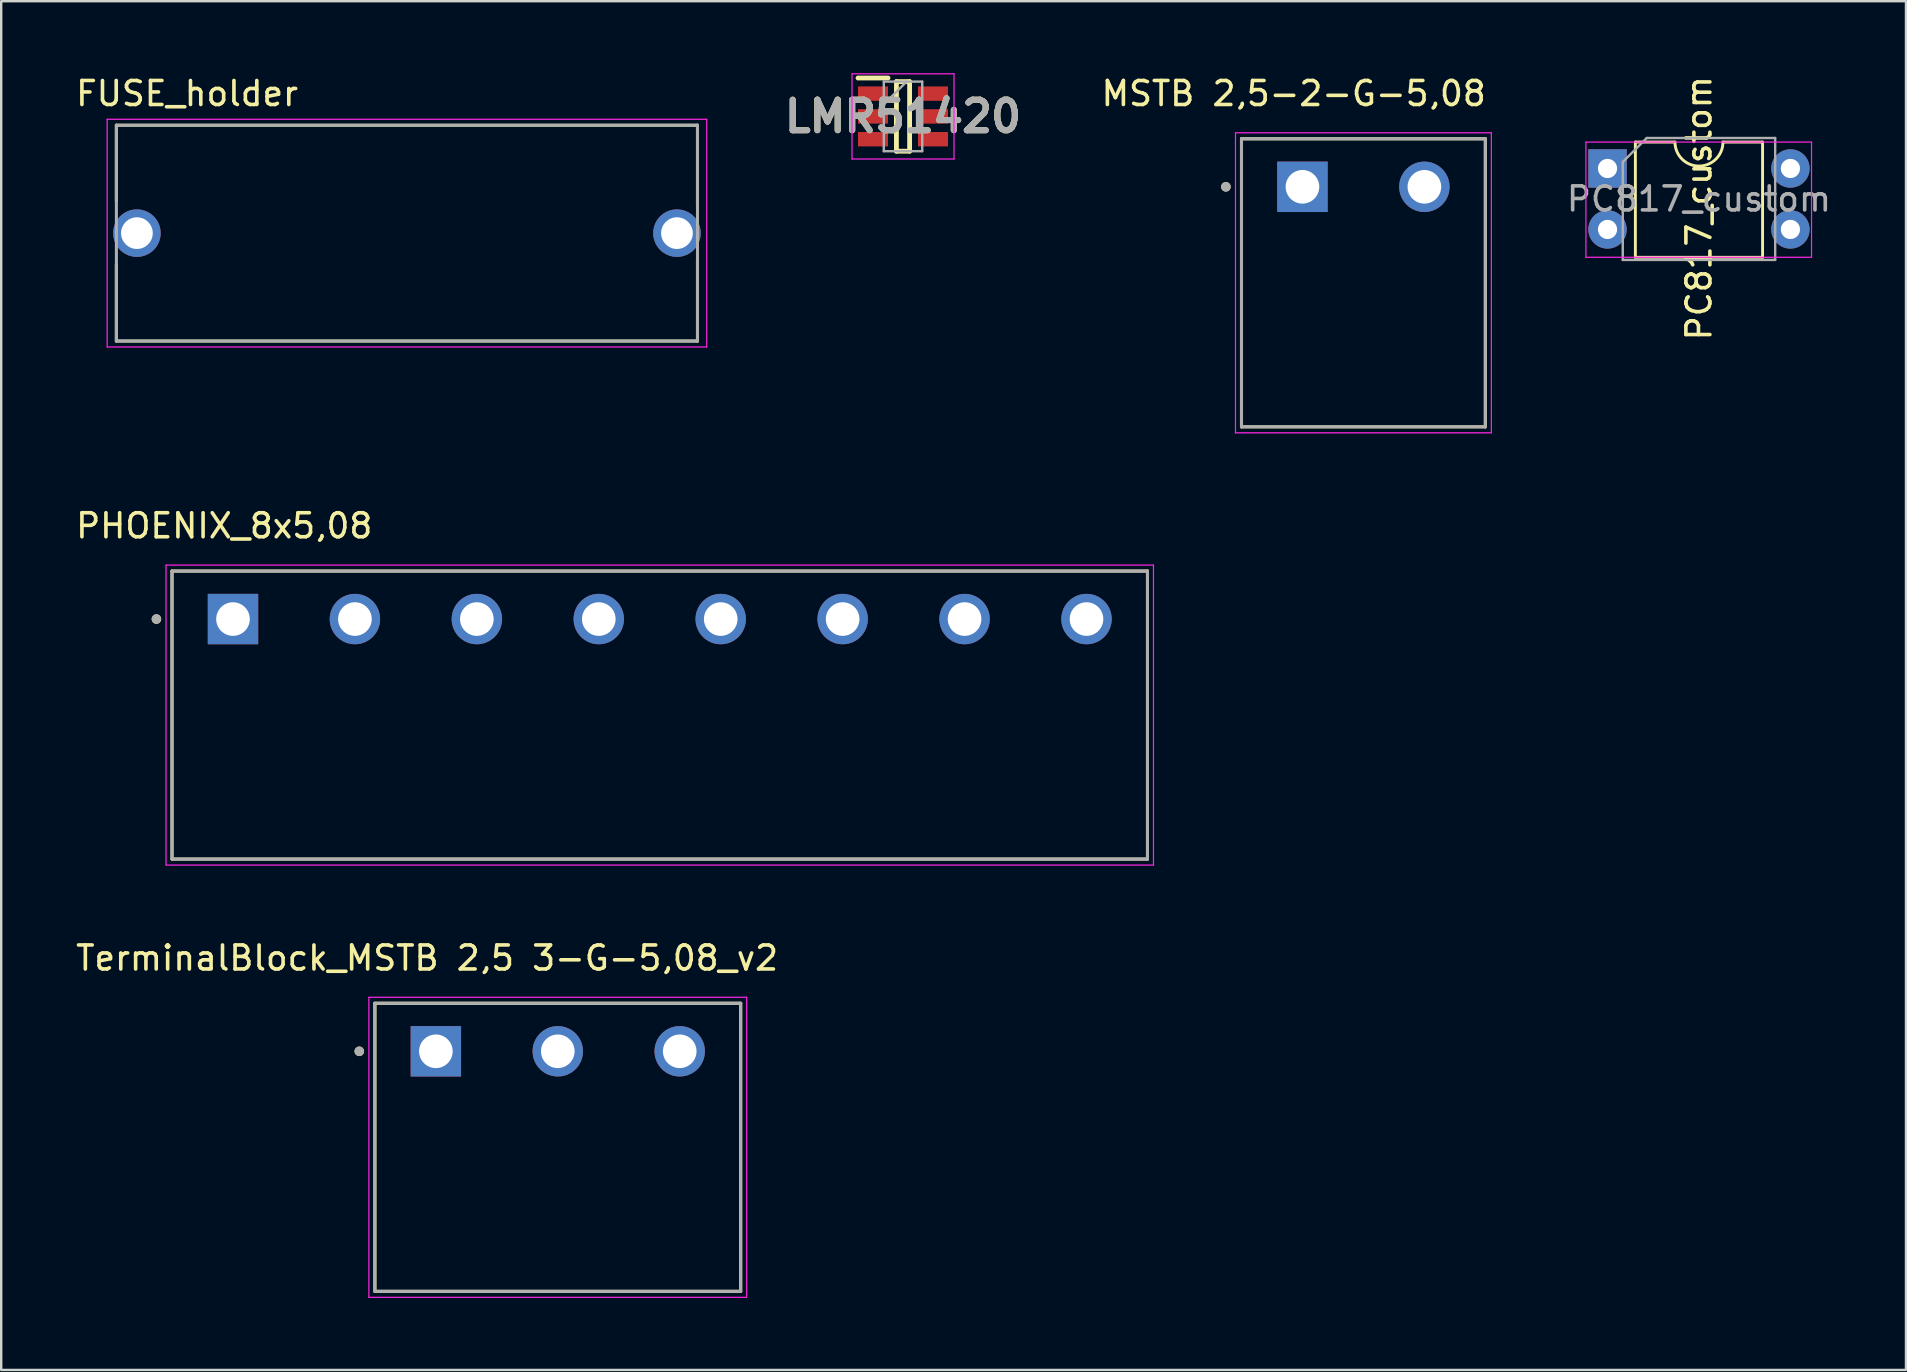
<source format=kicad_pcb>
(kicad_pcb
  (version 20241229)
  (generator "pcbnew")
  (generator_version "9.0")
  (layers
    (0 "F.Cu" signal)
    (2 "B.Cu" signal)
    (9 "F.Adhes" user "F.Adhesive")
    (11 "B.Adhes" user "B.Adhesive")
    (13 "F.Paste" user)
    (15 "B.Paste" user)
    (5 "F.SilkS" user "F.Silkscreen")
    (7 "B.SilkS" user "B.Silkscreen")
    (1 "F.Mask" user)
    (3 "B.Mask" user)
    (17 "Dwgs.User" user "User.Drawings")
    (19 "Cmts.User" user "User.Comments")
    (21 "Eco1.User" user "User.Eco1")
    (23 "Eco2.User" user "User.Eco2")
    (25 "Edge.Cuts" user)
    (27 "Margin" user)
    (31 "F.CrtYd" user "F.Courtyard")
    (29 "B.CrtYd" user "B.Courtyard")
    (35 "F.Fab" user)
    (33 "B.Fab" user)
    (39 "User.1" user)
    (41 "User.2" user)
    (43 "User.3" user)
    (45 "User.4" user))
  (footprint "PHOENIX_8x5,08"
    (layer "F.Cu")
    (at 4.117 32.742)
    (property "Reference" "PHOENIX_8x5,08" (at 2.175 -13.885 0) (layer "F.SilkS") (effects (font (size 1 1) (thickness 0.15))))
    (attr through_hole)
    (fp_line (start 0 0) (end 0 -12) (stroke (width 0.127) (type solid)) (layer "F.SilkS"))
    (fp_line (start 40.64 -12) (end 0 -12) (stroke (width 0.127) (type solid)) (layer "F.SilkS"))
    (fp_line (start 40.64 -12) (end 40.64 0) (stroke (width 0.127) (type solid)) (layer "F.SilkS"))
    (fp_line (start 40.64 0) (end 0 0) (stroke (width 0.127) (type solid)) (layer "F.SilkS"))
    (fp_circle (center -0.65 -10) (end -0.55 -10) (stroke (width 0.2) (type solid)) (fill no) (layer "F.SilkS"))
    (fp_line (start -0.25 -12.25) (end 40.89 -12.25) (stroke (width 0.05) (type solid)) (layer "F.CrtYd"))
    (fp_line (start -0.25 0.25) (end -0.25 -12.25) (stroke (width 0.05) (type solid)) (layer "F.CrtYd"))
    (fp_line (start 40.89 -12.25) (end 40.89 0.25) (stroke (width 0.05) (type solid)) (layer "F.CrtYd"))
    (fp_line (start 40.89 0.25) (end -0.25 0.25) (stroke (width 0.05) (type solid)) (layer "F.CrtYd"))
    (fp_line (start 0 -12) (end 40.64 -12) (stroke (width 0.127) (type solid)) (layer "F.Fab"))
    (fp_line (start 0 0) (end 0 -12) (stroke (width 0.127) (type solid)) (layer "F.Fab"))
    (fp_line (start 40.64 -12) (end 40.64 0) (stroke (width 0.127) (type solid)) (layer "F.Fab"))
    (fp_line (start 40.64 0) (end 0 0) (stroke (width 0.127) (type solid)) (layer "F.Fab"))
    (fp_circle (center -0.65 -10) (end -0.55 -10) (stroke (width 0.2) (type solid)) (fill no) (layer "F.Fab"))
    (pad "01" thru_hole rect (at 2.54 -10) (size 2.1 2.1) (drill 1.4) (layers "*.Cu" "*.Mask"))
    (pad "02" thru_hole circle (at 7.62 -10) (size 2.1 2.1) (drill 1.4) (layers "*.Cu" "*.Mask"))
    (pad "03" thru_hole circle (at 12.7 -10) (size 2.1 2.1) (drill 1.4) (layers "*.Cu" "*.Mask"))
    (pad "04" thru_hole circle (at 17.78 -10) (size 2.1 2.1) (drill 1.4) (layers "*.Cu" "*.Mask"))
    (pad "05" thru_hole circle (at 22.86 -10) (size 2.1 2.1) (drill 1.4) (layers "*.Cu" "*.Mask"))
    (pad "06" thru_hole circle (at 27.94 -10) (size 2.1 2.1) (drill 1.4) (layers "*.Cu" "*.Mask"))
    (pad "07" thru_hole circle (at 33.02 -10) (size 2.1 2.1) (drill 1.4) (layers "*.Cu" "*.Mask"))
    (pad "08" thru_hole circle (at 38.1 -10) (size 2.1 2.1) (drill 1.4) (layers "*.Cu" "*.Mask")))
  (footprint "LMR51420"
    (layer "F.Cu")
    (at 34.572 1.8)
    (property "Reference" "LMR51420" (at 0 0 0) (layer "F.SilkS") (effects (font (size 1.27 1.27) (thickness 0.254))))
    (attr smd)
    (fp_line (start -1.875 -1.6) (end -0.625 -1.6) (stroke (width 0.2) (type solid)) (layer "F.SilkS"))
    (fp_line (start -0.275 -1.45) (end 0.275 -1.45) (stroke (width 0.2) (type solid)) (layer "F.SilkS"))
    (fp_line (start -0.275 1.45) (end -0.275 -1.45) (stroke (width 0.2) (type solid)) (layer "F.SilkS"))
    (fp_line (start 0.275 -1.45) (end 0.275 1.45) (stroke (width 0.2) (type solid)) (layer "F.SilkS"))
    (fp_line (start 0.275 1.45) (end -0.275 1.45) (stroke (width 0.2) (type solid)) (layer "F.SilkS"))
    (fp_line (start -2.125 -1.775) (end 2.125 -1.775) (stroke (width 0.05) (type solid)) (layer "F.CrtYd"))
    (fp_line (start -2.125 1.775) (end -2.125 -1.775) (stroke (width 0.05) (type solid)) (layer "F.CrtYd"))
    (fp_line (start 2.125 -1.775) (end 2.125 1.775) (stroke (width 0.05) (type solid)) (layer "F.CrtYd"))
    (fp_line (start 2.125 1.775) (end -2.125 1.775) (stroke (width 0.05) (type solid)) (layer "F.CrtYd"))
    (fp_line (start -0.8 -1.45) (end 0.8 -1.45) (stroke (width 0.1) (type solid)) (layer "F.Fab"))
    (fp_line (start -0.8 -0.5) (end 0.15 -1.45) (stroke (width 0.1) (type solid)) (layer "F.Fab"))
    (fp_line (start -0.8 1.45) (end -0.8 -1.45) (stroke (width 0.1) (type solid)) (layer "F.Fab"))
    (fp_line (start 0.8 -1.45) (end 0.8 1.45) (stroke (width 0.1) (type solid)) (layer "F.Fab"))
    (fp_line (start 0.8 1.45) (end -0.8 1.45) (stroke (width 0.1) (type solid)) (layer "F.Fab"))
    (fp_text user "${REFERENCE}" (at 0 0 0) (layer "F.Fab") (effects (font (size 1.27 1.27) (thickness 0.254))))
    (pad "1" smd rect (at -1.25 -0.95 90) (size 0.6 1.25) (layers "F.Cu" "F.Mask" "F.Paste"))
    (pad "2" smd rect (at -1.25 0 90) (size 0.6 1.25) (layers "F.Cu" "F.Mask" "F.Paste"))
    (pad "3" smd rect (at -1.25 0.95 90) (size 0.6 1.25) (layers "F.Cu" "F.Mask" "F.Paste"))
    (pad "4" smd rect (at 1.25 0.95 90) (size 0.6 1.25) (layers "F.Cu" "F.Mask" "F.Paste"))
    (pad "5" smd rect (at 1.25 0 90) (size 0.6 1.25) (layers "F.Cu" "F.Mask" "F.Paste"))
    (pad "6" smd rect (at 1.25 -0.95 90) (size 0.6 1.25) (layers "F.Cu" "F.Mask" "F.Paste")))
  (footprint "TerminalBlock_MSTB 2,5 3-G-5,08_v2"
    (layer "F.Cu")
    (at 12.569 50.75)
    (property "Reference" "TerminalBlock_MSTB 2,5 3-G-5,08_v2" (at 2.175 -13.885 0) (layer "F.SilkS") (effects (font (size 1 1) (thickness 0.15))))
    (attr through_hole)
    (fp_line (start 0 0) (end 0 -12) (stroke (width 0.127) (type solid)) (layer "F.SilkS"))
    (fp_line (start 15.24 -12) (end 0 -12) (stroke (width 0.127) (type solid)) (layer "F.SilkS"))
    (fp_line (start 15.24 -12) (end 15.24 0) (stroke (width 0.127) (type solid)) (layer "F.SilkS"))
    (fp_line (start 15.24 0) (end 0 0) (stroke (width 0.127) (type solid)) (layer "F.SilkS"))
    (fp_circle (center -0.65 -10) (end -0.55 -10) (stroke (width 0.2) (type solid)) (fill no) (layer "F.SilkS"))
    (fp_line (start -0.25 -12.25) (end 15.49 -12.25) (stroke (width 0.05) (type solid)) (layer "F.CrtYd"))
    (fp_line (start -0.25 0.25) (end -0.25 -12.25) (stroke (width 0.05) (type solid)) (layer "F.CrtYd"))
    (fp_line (start 15.49 -12.25) (end 15.49 0.25) (stroke (width 0.05) (type solid)) (layer "F.CrtYd"))
    (fp_line (start 15.49 0.25) (end -0.25 0.25) (stroke (width 0.05) (type solid)) (layer "F.CrtYd"))
    (fp_line (start 0 -12) (end 15.24 -12) (stroke (width 0.127) (type solid)) (layer "F.Fab"))
    (fp_line (start 0 0) (end 0 -12) (stroke (width 0.127) (type solid)) (layer "F.Fab"))
    (fp_line (start 15.24 -12) (end 15.24 0) (stroke (width 0.127) (type solid)) (layer "F.Fab"))
    (fp_line (start 15.24 0) (end 0 0) (stroke (width 0.127) (type solid)) (layer "F.Fab"))
    (fp_circle (center -0.65 -10) (end -0.55 -10) (stroke (width 0.2) (type solid)) (fill no) (layer "F.Fab"))
    (pad "1" thru_hole rect (at 2.54 -10) (size 2.1 2.1) (drill 1.4) (layers "*.Cu" "*.Mask"))
    (pad "2" thru_hole circle (at 7.62 -10) (size 2.1 2.1) (drill 1.4) (layers "*.Cu" "*.Mask"))
    (pad "3" thru_hole circle (at 12.7 -10) (size 2.1 2.1) (drill 1.4) (layers "*.Cu" "*.Mask")))
  (footprint "PC817_custom"
    (layer "F.Cu")
    (at 63.924 3.969)
    (property "Reference" "PC817_custom" (at 3.81 1.656 270) (layer "F.SilkS") (effects (font (size 1 1) (thickness 0.15))))
    (attr through_hole)
    (fp_line (start 1.16 -1.1) (end 1.16 3.7) (stroke (width 0.12) (type solid)) (layer "F.SilkS"))
    (fp_line (start 1.16 3.7) (end 6.46 3.7) (stroke (width 0.12) (type solid)) (layer "F.SilkS"))
    (fp_line (start 2.81 -1.1) (end 1.16 -1.1) (stroke (width 0.12) (type solid)) (layer "F.SilkS"))
    (fp_line (start 6.46 -1.1) (end 4.81 -1.1) (stroke (width 0.12) (type solid)) (layer "F.SilkS"))
    (fp_line (start 6.46 3.7) (end 6.46 -1.1) (stroke (width 0.12) (type solid)) (layer "F.SilkS"))
    (fp_arc (start 4.81 -1.1) (mid 3.81 -0.1) (end 2.81 -1.1) (stroke (width 0.12) (type solid)) (layer "F.SilkS"))
    (fp_line (start -0.9 -1.1) (end -0.9 3.7) (stroke (width 0.05) (type solid)) (layer "F.CrtYd"))
    (fp_line (start -0.9 3.7) (end 8.5 3.7) (stroke (width 0.05) (type solid)) (layer "F.CrtYd"))
    (fp_line (start 8.5 -1.1) (end -0.9 -1.1) (stroke (width 0.05) (type solid)) (layer "F.CrtYd"))
    (fp_line (start 8.5 3.7) (end 8.5 -1.1) (stroke (width 0.05) (type solid)) (layer "F.CrtYd"))
    (fp_line (start 0.635 -0.27) (end 1.635 -1.27) (stroke (width 0.1) (type solid)) (layer "F.Fab"))
    (fp_line (start 0.635 3.81) (end 0.635 -0.27) (stroke (width 0.1) (type solid)) (layer "F.Fab"))
    (fp_line (start 1.635 -1.27) (end 6.985 -1.27) (stroke (width 0.1) (type solid)) (layer "F.Fab"))
    (fp_line (start 6.985 -1.27) (end 6.985 3.81) (stroke (width 0.1) (type solid)) (layer "F.Fab"))
    (fp_line (start 6.985 3.81) (end 0.635 3.81) (stroke (width 0.1) (type solid)) (layer "F.Fab"))
    (fp_text user "${REFERENCE}" (at 3.81 1.27 0) (layer "F.Fab") (effects (font (size 1 1) (thickness 0.15))))
    (pad "1" thru_hole rect (at 0 0) (size 1.6 1.6) (drill 0.8) (layers "*.Cu" "*.Mask"))
    (pad "2" thru_hole oval (at 0 2.54) (size 1.6 1.6) (drill 0.8) (layers "*.Cu" "*.Mask"))
    (pad "3" thru_hole oval (at 7.62 2.54) (size 1.6 1.6) (drill 0.8) (layers "*.Cu" "*.Mask"))
    (pad "4" thru_hole oval (at 7.62 0) (size 1.6 1.6) (drill 0.8) (layers "*.Cu" "*.Mask")))
  (footprint "FUSE_holder"
    (layer "F.Cu")
    (at 13.904 6.663)
    (property "Reference" "FUSE_holder" (at -9.16 -5.815 0) (layer "F.SilkS") (effects (font (size 1 1) (thickness 0.15))))
    (attr through_hole)
    (fp_line (start -12.105 -4.495) (end -12.105 -1.32) (stroke (width 0.127) (type solid)) (layer "F.SilkS"))
    (fp_line (start -12.105 -4.495) (end 12.105 -4.495) (stroke (width 0.127) (type solid)) (layer "F.SilkS"))
    (fp_line (start -12.105 1.32) (end -12.105 4.495) (stroke (width 0.127) (type solid)) (layer "F.SilkS"))
    (fp_line (start -12.105 4.495) (end 12.105 4.495) (stroke (width 0.127) (type solid)) (layer "F.SilkS"))
    (fp_line (start 12.105 -4.495) (end 12.105 -1.15) (stroke (width 0.127) (type solid)) (layer "F.SilkS"))
    (fp_line (start 12.105 1.15) (end 12.105 4.495) (stroke (width 0.127) (type solid)) (layer "F.SilkS"))
    (fp_line (start -12.49 -4.745) (end 12.49 -4.745) (stroke (width 0.05) (type solid)) (layer "F.CrtYd"))
    (fp_line (start -12.49 4.745) (end -12.49 -4.745) (stroke (width 0.05) (type solid)) (layer "F.CrtYd"))
    (fp_line (start 12.49 -4.745) (end 12.49 4.745) (stroke (width 0.05) (type solid)) (layer "F.CrtYd"))
    (fp_line (start 12.49 4.745) (end -12.49 4.745) (stroke (width 0.05) (type solid)) (layer "F.CrtYd"))
    (fp_line (start -12.105 -4.495) (end 12.105 -4.495) (stroke (width 0.127) (type solid)) (layer "F.Fab"))
    (fp_line (start -12.105 4.495) (end -12.105 -4.495) (stroke (width 0.127) (type solid)) (layer "F.Fab"))
    (fp_line (start 12.105 -4.495) (end 12.105 4.495) (stroke (width 0.127) (type solid)) (layer "F.Fab"))
    (fp_line (start 12.105 4.495) (end -12.105 4.495) (stroke (width 0.127) (type solid)) (layer "F.Fab"))
    (pad "1" thru_hole circle (at -11.25 0) (size 1.98 1.98) (drill 1.32) (layers "*.Cu" "*.Mask"))
    (pad "2" thru_hole circle (at 11.25 0) (size 1.98 1.98) (drill 1.32) (layers "*.Cu" "*.Mask")))
  (footprint "MSTB 2,5-2-G-5,08"
    (layer "F.Cu")
    (at 48.674 14.733)
    (property "Reference" "MSTB 2,5-2-G-5,08" (at 2.175 -13.885 0) (layer "F.SilkS") (effects (font (size 1 1) (thickness 0.15))))
    (attr through_hole)
    (fp_line (start 0 0) (end 0 -12) (stroke (width 0.127) (type solid)) (layer "F.SilkS"))
    (fp_line (start 10.16 -12) (end 0 -12) (stroke (width 0.127) (type solid)) (layer "F.SilkS"))
    (fp_line (start 10.16 -12) (end 10.16 0) (stroke (width 0.127) (type solid)) (layer "F.SilkS"))
    (fp_line (start 10.16 0) (end 0 0) (stroke (width 0.127) (type solid)) (layer "F.SilkS"))
    (fp_circle (center -0.65 -10) (end -0.55 -10) (stroke (width 0.2) (type solid)) (fill no) (layer "F.SilkS"))
    (fp_line (start -0.25 -12.25) (end 10.41 -12.25) (stroke (width 0.05) (type solid)) (layer "F.CrtYd"))
    (fp_line (start -0.25 0.25) (end -0.25 -12.25) (stroke (width 0.05) (type solid)) (layer "F.CrtYd"))
    (fp_line (start 10.41 -12.25) (end 10.41 0.25) (stroke (width 0.05) (type solid)) (layer "F.CrtYd"))
    (fp_line (start 10.41 0.25) (end -0.25 0.25) (stroke (width 0.05) (type solid)) (layer "F.CrtYd"))
    (fp_line (start 0 -12) (end 10.16 -12) (stroke (width 0.127) (type solid)) (layer "F.Fab"))
    (fp_line (start 0 0) (end 0 -12) (stroke (width 0.127) (type solid)) (layer "F.Fab"))
    (fp_line (start 10.16 -12) (end 10.16 0) (stroke (width 0.127) (type solid)) (layer "F.Fab"))
    (fp_line (start 10.16 0) (end 0 0) (stroke (width 0.127) (type solid)) (layer "F.Fab"))
    (fp_circle (center -0.65 -10) (end -0.55 -10) (stroke (width 0.2) (type solid)) (fill no) (layer "F.Fab"))
    (pad "01" thru_hole rect (at 2.54 -10) (size 2.1 2.1) (drill 1.4) (layers "*.Cu" "*.Mask"))
    (pad "02" thru_hole circle (at 7.62 -10) (size 2.1 2.1) (drill 1.4) (layers "*.Cu" "*.Mask")))
  (gr_rect
    (start -3 -3)
    (end 76.359 54.025)
    (stroke (width 0.1) (type default))
    (fill no)
    (layer "Edge.Cuts")))
</source>
